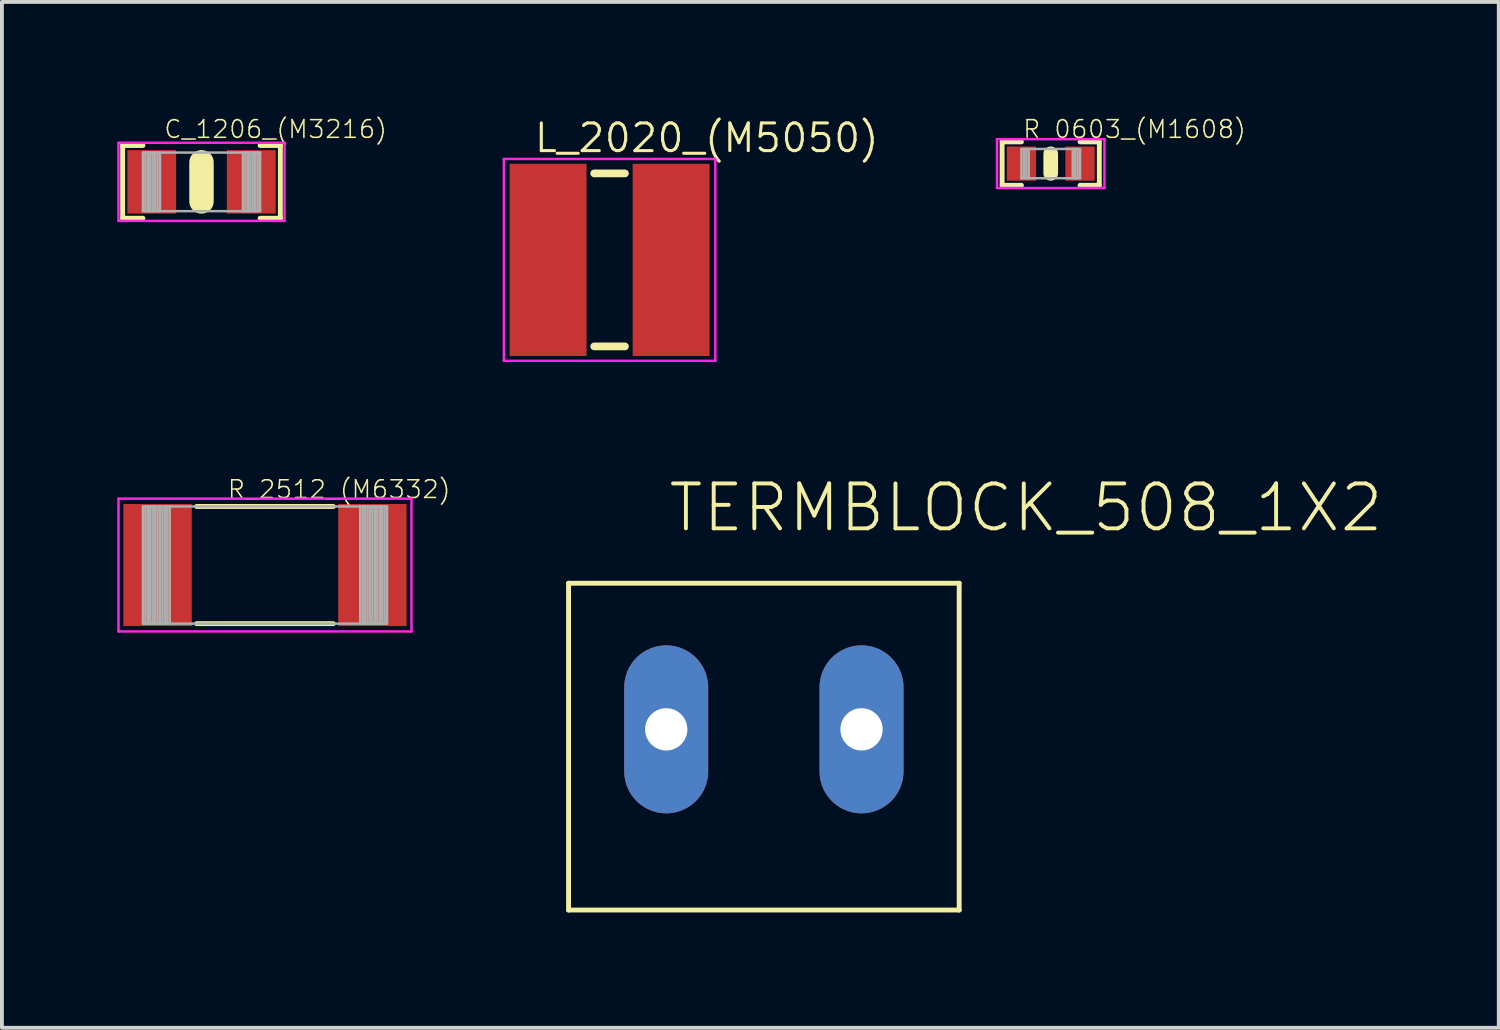
<source format=kicad_pcb>
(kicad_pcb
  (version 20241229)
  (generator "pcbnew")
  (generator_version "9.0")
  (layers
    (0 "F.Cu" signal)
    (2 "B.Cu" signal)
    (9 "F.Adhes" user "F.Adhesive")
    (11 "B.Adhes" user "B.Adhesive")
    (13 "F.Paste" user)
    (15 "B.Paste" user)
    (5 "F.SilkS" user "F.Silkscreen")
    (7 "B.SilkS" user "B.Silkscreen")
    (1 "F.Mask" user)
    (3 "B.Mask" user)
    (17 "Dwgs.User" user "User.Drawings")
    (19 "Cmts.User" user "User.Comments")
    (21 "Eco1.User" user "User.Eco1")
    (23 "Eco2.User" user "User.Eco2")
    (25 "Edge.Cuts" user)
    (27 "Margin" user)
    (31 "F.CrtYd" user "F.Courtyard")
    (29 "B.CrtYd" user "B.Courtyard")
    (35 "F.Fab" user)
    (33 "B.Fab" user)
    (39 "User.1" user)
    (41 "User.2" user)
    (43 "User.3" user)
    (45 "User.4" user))
  (footprint "R_2512_(M6332)"
    (layer "F.Cu")
    (at 3.842 11.647)
    (property "Reference" "R_2512_(M6332)" (at -1 -1.7 0) (layer "F.SilkS") (effects (font (size 0.46 0.46) (thickness 0.04)) (justify left bottom)))
    (fp_line (start -1.778 -1.524) (end 1.778 -1.524) (stroke (width 0.127) (type solid)) (layer "F.SilkS"))
    (fp_line (start 1.778 1.524) (end -1.778 1.524) (stroke (width 0.127) (type solid)) (layer "F.SilkS"))
    (fp_line (start -3.81 -1.727) (end -3.81 1.727) (stroke (width 0.064) (type solid)) (layer "F.CrtYd"))
    (fp_line (start -3.81 1.727) (end 3.81 1.727) (stroke (width 0.064) (type solid)) (layer "F.CrtYd"))
    (fp_line (start 3.81 -1.727) (end -3.81 -1.727) (stroke (width 0.064) (type solid)) (layer "F.CrtYd"))
    (fp_line (start 3.81 1.727) (end 3.81 -1.727) (stroke (width 0.064) (type solid)) (layer "F.CrtYd"))
    (fp_line (start -3.175 -1.524) (end -2.54 -1.524) (stroke (width 0.064) (type solid)) (layer "F.Fab"))
    (fp_line (start -3.175 1.524) (end -3.175 -1.524) (stroke (width 0.064) (type solid)) (layer "F.Fab"))
    (fp_line (start -3.111 -1.524) (end -3.111 1.524) (stroke (width 0.064) (type solid)) (layer "F.Fab"))
    (fp_line (start -3.048 -1.524) (end -3.048 1.524) (stroke (width 0.064) (type solid)) (layer "F.Fab"))
    (fp_line (start -2.985 -1.524) (end -2.985 1.524) (stroke (width 0.064) (type solid)) (layer "F.Fab"))
    (fp_line (start -2.921 1.524) (end -2.921 -1.524) (stroke (width 0.064) (type solid)) (layer "F.Fab"))
    (fp_line (start -2.857 -1.524) (end -2.857 1.524) (stroke (width 0.064) (type solid)) (layer "F.Fab"))
    (fp_line (start -2.794 1.524) (end -2.794 -1.524) (stroke (width 0.064) (type solid)) (layer "F.Fab"))
    (fp_line (start -2.731 -1.524) (end -2.731 1.524) (stroke (width 0.064) (type solid)) (layer "F.Fab"))
    (fp_line (start -2.667 -1.524) (end -2.667 1.524) (stroke (width 0.064) (type solid)) (layer "F.Fab"))
    (fp_line (start -2.603 -1.524) (end -2.603 1.524) (stroke (width 0.064) (type solid)) (layer "F.Fab"))
    (fp_line (start -2.54 -1.524) (end -2.54 1.524) (stroke (width 0.064) (type solid)) (layer "F.Fab"))
    (fp_line (start -2.54 -1.524) (end -2.477 -1.524) (stroke (width 0.064) (type solid)) (layer "F.Fab"))
    (fp_line (start -2.54 1.524) (end -3.175 1.524) (stroke (width 0.064) (type solid)) (layer "F.Fab"))
    (fp_line (start -2.477 -1.524) (end -2.477 1.524) (stroke (width 0.064) (type solid)) (layer "F.Fab"))
    (fp_line (start -2.477 -1.524) (end 2.477 -1.524) (stroke (width 0.064) (type solid)) (layer "F.Fab"))
    (fp_line (start -2.477 1.524) (end -2.54 1.524) (stroke (width 0.064) (type solid)) (layer "F.Fab"))
    (fp_line (start 2.477 -1.524) (end 2.54 -1.524) (stroke (width 0.064) (type solid)) (layer "F.Fab"))
    (fp_line (start 2.477 1.524) (end -2.477 1.524) (stroke (width 0.064) (type solid)) (layer "F.Fab"))
    (fp_line (start 2.477 1.524) (end 2.477 -1.524) (stroke (width 0.064) (type solid)) (layer "F.Fab"))
    (fp_line (start 2.54 -1.524) (end 3.175 -1.524) (stroke (width 0.064) (type solid)) (layer "F.Fab"))
    (fp_line (start 2.54 1.524) (end 2.477 1.524) (stroke (width 0.064) (type solid)) (layer "F.Fab"))
    (fp_line (start 2.54 1.524) (end 2.54 -1.524) (stroke (width 0.064) (type solid)) (layer "F.Fab"))
    (fp_line (start 2.603 1.524) (end 2.603 -1.524) (stroke (width 0.064) (type solid)) (layer "F.Fab"))
    (fp_line (start 2.667 1.524) (end 2.667 -1.524) (stroke (width 0.064) (type solid)) (layer "F.Fab"))
    (fp_line (start 2.731 1.524) (end 2.731 -1.524) (stroke (width 0.064) (type solid)) (layer "F.Fab"))
    (fp_line (start 2.794 -1.524) (end 2.794 1.524) (stroke (width 0.064) (type solid)) (layer "F.Fab"))
    (fp_line (start 2.857 1.524) (end 2.857 -1.524) (stroke (width 0.064) (type solid)) (layer "F.Fab"))
    (fp_line (start 2.921 -1.524) (end 2.921 1.524) (stroke (width 0.064) (type solid)) (layer "F.Fab"))
    (fp_line (start 2.985 1.524) (end 2.985 -1.524) (stroke (width 0.064) (type solid)) (layer "F.Fab"))
    (fp_line (start 3.048 1.524) (end 3.048 -1.524) (stroke (width 0.064) (type solid)) (layer "F.Fab"))
    (fp_line (start 3.111 1.524) (end 3.111 -1.524) (stroke (width 0.064) (type solid)) (layer "F.Fab"))
    (fp_line (start 3.175 -1.524) (end 3.175 1.524) (stroke (width 0.064) (type solid)) (layer "F.Fab"))
    (fp_line (start 3.175 1.524) (end 2.54 1.524) (stroke (width 0.064) (type solid)) (layer "F.Fab"))
    (pad "P$1" smd rect (at -2.794 0) (size 1.778 3.175) (layers "F.Cu" "F.Mask" "F.Paste"))
    (pad "P$2" smd rect (at 2.794 0) (size 1.778 3.175) (layers "F.Cu" "F.Mask" "F.Paste")))
  (footprint "L_2020_(M5050)"
    (layer "F.Cu")
    (at 12.805 3.71)
    (property "Reference" "L_2020_(M5050)" (at -2 -2.75 0) (layer "F.SilkS") (effects (font (size 0.72 0.72) (thickness 0.08)) (justify left bottom)))
    (fp_line (start -0.4 -2.25) (end 0.4 -2.25) (stroke (width 0.2) (type solid)) (layer "F.SilkS"))
    (fp_line (start -0.4 2.25) (end 0.4 2.25) (stroke (width 0.2) (type solid)) (layer "F.SilkS"))
    (fp_line (start -2.75 -2.625) (end -2.75 2.625) (stroke (width 0.064) (type solid)) (layer "F.CrtYd"))
    (fp_line (start -2.75 2.625) (end 2.75 2.625) (stroke (width 0.064) (type solid)) (layer "F.CrtYd"))
    (fp_line (start 2.75 -2.625) (end -2.75 -2.625) (stroke (width 0.064) (type solid)) (layer "F.CrtYd"))
    (fp_line (start 2.75 2.625) (end 2.75 -2.625) (stroke (width 0.064) (type solid)) (layer "F.CrtYd"))
    (pad "P$1" smd rect (at -1.6 0 90) (size 5 2) (layers "F.Cu" "F.Mask" "F.Paste"))
    (pad "P$2" smd rect (at 1.6 0 90) (size 5 2) (layers "F.Cu" "F.Mask" "F.Paste")))
  (footprint "C_1206_(M3216)"
    (layer "F.Cu")
    (at 2.191 1.68)
    (property "Reference" "C_1206_(M3216)" (at -1 -1.1 0) (layer "F.SilkS") (effects (font (size 0.46 0.46) (thickness 0.04)) (justify left bottom)))
    (fp_line (start -2.051 -0.946) (end -2.051 0.946) (stroke (width 0.127) (type solid)) (layer "F.SilkS"))
    (fp_line (start -2.051 0.946) (end -1.524 0.946) (stroke (width 0.127) (type solid)) (layer "F.SilkS"))
    (fp_line (start -1.524 -0.946) (end -2.051 -0.946) (stroke (width 0.127) (type solid)) (layer "F.SilkS"))
    (fp_line (start 0 -0.508) (end 0 0.508) (stroke (width 0.635) (type solid)) (layer "F.SilkS"))
    (fp_line (start 1.524 -0.946) (end 2.051 -0.946) (stroke (width 0.127) (type solid)) (layer "F.SilkS"))
    (fp_line (start 2.051 -0.946) (end 2.051 0.946) (stroke (width 0.127) (type solid)) (layer "F.SilkS"))
    (fp_line (start 2.051 0.946) (end 1.524 0.946) (stroke (width 0.127) (type solid)) (layer "F.SilkS"))
    (fp_line (start -2.159 -1.016) (end -2.159 1.016) (stroke (width 0.064) (type solid)) (layer "F.CrtYd"))
    (fp_line (start -2.159 1.016) (end 2.159 1.016) (stroke (width 0.064) (type solid)) (layer "F.CrtYd"))
    (fp_line (start 2.159 -1.016) (end -2.159 -1.016) (stroke (width 0.064) (type solid)) (layer "F.CrtYd"))
    (fp_line (start 2.159 1.016) (end 2.159 -1.016) (stroke (width 0.064) (type solid)) (layer "F.CrtYd"))
    (fp_line (start -1.524 -0.762) (end -1.46 -0.762) (stroke (width 0.064) (type solid)) (layer "F.Fab"))
    (fp_line (start -1.524 0.762) (end -1.524 -0.762) (stroke (width 0.064) (type solid)) (layer "F.Fab"))
    (fp_line (start -1.46 -0.762) (end -1.46 0.762) (stroke (width 0.064) (type solid)) (layer "F.Fab"))
    (fp_line (start -1.46 -0.762) (end -1.397 -0.762) (stroke (width 0.064) (type solid)) (layer "F.Fab"))
    (fp_line (start -1.46 0.762) (end -1.524 0.762) (stroke (width 0.064) (type solid)) (layer "F.Fab"))
    (fp_line (start -1.397 -0.762) (end -1.333 -0.762) (stroke (width 0.064) (type solid)) (layer "F.Fab"))
    (fp_line (start -1.397 0.762) (end -1.46 0.762) (stroke (width 0.064) (type solid)) (layer "F.Fab"))
    (fp_line (start -1.397 0.762) (end -1.397 -0.762) (stroke (width 0.064) (type solid)) (layer "F.Fab"))
    (fp_line (start -1.333 -0.762) (end -1.333 0.762) (stroke (width 0.064) (type solid)) (layer "F.Fab"))
    (fp_line (start -1.333 -0.762) (end -1.27 -0.762) (stroke (width 0.064) (type solid)) (layer "F.Fab"))
    (fp_line (start -1.333 0.762) (end -1.397 0.762) (stroke (width 0.064) (type solid)) (layer "F.Fab"))
    (fp_line (start -1.27 -0.762) (end -1.206 -0.762) (stroke (width 0.064) (type solid)) (layer "F.Fab"))
    (fp_line (start -1.27 0.762) (end -1.333 0.762) (stroke (width 0.064) (type solid)) (layer "F.Fab"))
    (fp_line (start -1.27 0.762) (end -1.27 -0.762) (stroke (width 0.064) (type solid)) (layer "F.Fab"))
    (fp_line (start -1.206 -0.762) (end -1.206 0.762) (stroke (width 0.064) (type solid)) (layer "F.Fab"))
    (fp_line (start -1.206 -0.762) (end -1.143 -0.762) (stroke (width 0.064) (type solid)) (layer "F.Fab"))
    (fp_line (start -1.206 0.762) (end -1.27 0.762) (stroke (width 0.064) (type solid)) (layer "F.Fab"))
    (fp_line (start -1.143 -0.762) (end -1.143 0.762) (stroke (width 0.064) (type solid)) (layer "F.Fab"))
    (fp_line (start -1.143 -0.762) (end -1.079 -0.762) (stroke (width 0.064) (type solid)) (layer "F.Fab"))
    (fp_line (start -1.143 0.762) (end -1.206 0.762) (stroke (width 0.064) (type solid)) (layer "F.Fab"))
    (fp_line (start -1.079 -0.762) (end -1.079 0.762) (stroke (width 0.064) (type solid)) (layer "F.Fab"))
    (fp_line (start -1.079 -0.762) (end 1.079 -0.762) (stroke (width 0.064) (type solid)) (layer "F.Fab"))
    (fp_line (start -1.079 0.762) (end -1.143 0.762) (stroke (width 0.064) (type solid)) (layer "F.Fab"))
    (fp_line (start 1.079 -0.762) (end 1.143 -0.762) (stroke (width 0.064) (type solid)) (layer "F.Fab"))
    (fp_line (start 1.079 0.762) (end -1.079 0.762) (stroke (width 0.064) (type solid)) (layer "F.Fab"))
    (fp_line (start 1.079 0.762) (end 1.079 -0.762) (stroke (width 0.064) (type solid)) (layer "F.Fab"))
    (fp_line (start 1.143 -0.762) (end 1.206 -0.762) (stroke (width 0.064) (type solid)) (layer "F.Fab"))
    (fp_line (start 1.143 0.762) (end 1.079 0.762) (stroke (width 0.064) (type solid)) (layer "F.Fab"))
    (fp_line (start 1.143 0.762) (end 1.143 -0.762) (stroke (width 0.064) (type solid)) (layer "F.Fab"))
    (fp_line (start 1.206 -0.762) (end 1.27 -0.762) (stroke (width 0.064) (type solid)) (layer "F.Fab"))
    (fp_line (start 1.206 0.762) (end 1.143 0.762) (stroke (width 0.064) (type solid)) (layer "F.Fab"))
    (fp_line (start 1.206 0.762) (end 1.206 -0.762) (stroke (width 0.064) (type solid)) (layer "F.Fab"))
    (fp_line (start 1.27 -0.762) (end 1.333 -0.762) (stroke (width 0.064) (type solid)) (layer "F.Fab"))
    (fp_line (start 1.27 0.762) (end 1.206 0.762) (stroke (width 0.064) (type solid)) (layer "F.Fab"))
    (fp_line (start 1.27 0.762) (end 1.27 -0.762) (stroke (width 0.064) (type solid)) (layer "F.Fab"))
    (fp_line (start 1.333 -0.762) (end 1.333 0.762) (stroke (width 0.064) (type solid)) (layer "F.Fab"))
    (fp_line (start 1.333 -0.762) (end 1.397 -0.762) (stroke (width 0.064) (type solid)) (layer "F.Fab"))
    (fp_line (start 1.333 0.762) (end 1.27 0.762) (stroke (width 0.064) (type solid)) (layer "F.Fab"))
    (fp_line (start 1.397 -0.762) (end 1.46 -0.762) (stroke (width 0.064) (type solid)) (layer "F.Fab"))
    (fp_line (start 1.397 0.762) (end 1.333 0.762) (stroke (width 0.064) (type solid)) (layer "F.Fab"))
    (fp_line (start 1.397 0.762) (end 1.397 -0.762) (stroke (width 0.064) (type solid)) (layer "F.Fab"))
    (fp_line (start 1.46 -0.762) (end 1.46 0.762) (stroke (width 0.064) (type solid)) (layer "F.Fab"))
    (fp_line (start 1.46 -0.762) (end 1.524 -0.762) (stroke (width 0.064) (type solid)) (layer "F.Fab"))
    (fp_line (start 1.46 0.762) (end 1.397 0.762) (stroke (width 0.064) (type solid)) (layer "F.Fab"))
    (fp_line (start 1.524 -0.762) (end 1.524 0.762) (stroke (width 0.064) (type solid)) (layer "F.Fab"))
    (fp_line (start 1.524 0.762) (end 1.46 0.762) (stroke (width 0.064) (type solid)) (layer "F.Fab"))
    (pad "P$1" smd rect (at -1.295 0) (size 1.27 1.651) (layers "F.Cu" "F.Mask" "F.Paste"))
    (pad "P$2" smd rect (at 1.295 0) (size 1.27 1.651) (layers "F.Cu" "F.Mask" "F.Paste")))
  (footprint "R_0603_(M1608)"
    (layer "F.Cu")
    (at 24.279 1.205)
    (property "Reference" "R_0603_(M1608)" (at -0.75 -0.625 0) (layer "F.SilkS") (effects (font (size 0.46 0.46) (thickness 0.04)) (justify left bottom)))
    (fp_line (start -1.264 -0.565) (end -1.264 0.565) (stroke (width 0.127) (type solid)) (layer "F.SilkS"))
    (fp_line (start -1.264 0.565) (end -0.762 0.565) (stroke (width 0.127) (type solid)) (layer "F.SilkS"))
    (fp_line (start -0.762 -0.565) (end -1.264 -0.565) (stroke (width 0.127) (type solid)) (layer "F.SilkS"))
    (fp_line (start 0 -0.254) (end 0 0.254) (stroke (width 0.381) (type solid)) (layer "F.SilkS"))
    (fp_line (start 0.762 0.565) (end 1.264 0.565) (stroke (width 0.127) (type solid)) (layer "F.SilkS"))
    (fp_line (start 1.264 -0.565) (end 0.762 -0.565) (stroke (width 0.127) (type solid)) (layer "F.SilkS"))
    (fp_line (start 1.264 0.565) (end 1.264 -0.565) (stroke (width 0.127) (type solid)) (layer "F.SilkS"))
    (fp_line (start -1.397 -0.635) (end -1.397 0.635) (stroke (width 0.064) (type solid)) (layer "F.CrtYd"))
    (fp_line (start -1.397 0.635) (end 1.397 0.635) (stroke (width 0.064) (type solid)) (layer "F.CrtYd"))
    (fp_line (start 1.397 -0.635) (end -1.397 -0.635) (stroke (width 0.064) (type solid)) (layer "F.CrtYd"))
    (fp_line (start 1.397 0.635) (end 1.397 -0.635) (stroke (width 0.064) (type solid)) (layer "F.CrtYd"))
    (fp_line (start -0.762 -0.381) (end 0.762 -0.381) (stroke (width 0.064) (type solid)) (layer "F.Fab"))
    (fp_line (start -0.762 0.381) (end -0.762 -0.381) (stroke (width 0.064) (type solid)) (layer "F.Fab"))
    (fp_line (start -0.699 -0.381) (end -0.699 0.381) (stroke (width 0.064) (type solid)) (layer "F.Fab"))
    (fp_line (start -0.635 -0.381) (end -0.635 0.381) (stroke (width 0.064) (type solid)) (layer "F.Fab"))
    (fp_line (start -0.572 -0.381) (end -0.572 0.381) (stroke (width 0.064) (type solid)) (layer "F.Fab"))
    (fp_line (start 0.572 -0.381) (end 0.572 0.381) (stroke (width 0.064) (type solid)) (layer "F.Fab"))
    (fp_line (start 0.635 -0.381) (end 0.635 0.381) (stroke (width 0.064) (type solid)) (layer "F.Fab"))
    (fp_line (start 0.699 -0.381) (end 0.699 0.381) (stroke (width 0.064) (type solid)) (layer "F.Fab"))
    (fp_line (start 0.762 -0.381) (end 0.762 0.381) (stroke (width 0.064) (type solid)) (layer "F.Fab"))
    (fp_line (start 0.762 0.381) (end -0.762 0.381) (stroke (width 0.064) (type solid)) (layer "F.Fab"))
    (pad "P$1" smd rect (at -0.762 0) (size 0.762 0.889) (layers "F.Cu" "F.Mask" "F.Paste"))
    (pad "P$2" smd rect (at 0.762 0) (size 0.762 0.889) (layers "F.Cu" "F.Mask" "F.Paste")))
  (footprint "TERMBLOCK_508_1X2"
    (layer "F.Cu")
    (at 16.818 15.92)
    (property "Reference" "TERMBLOCK_508_1X2" (at -2.54 -5.08 0) (layer "F.SilkS") (effects (font (size 1.168 1.168) (thickness 0.102)) (justify left bottom)))
    (fp_line (start -5.08 -3.8) (end 5.08 -3.8) (stroke (width 0.127) (type solid)) (layer "F.SilkS"))
    (fp_line (start -5.08 4.7) (end -5.08 -3.8) (stroke (width 0.127) (type solid)) (layer "F.SilkS"))
    (fp_line (start 5.08 -3.8) (end 5.08 4.7) (stroke (width 0.127) (type solid)) (layer "F.SilkS"))
    (fp_line (start 5.08 4.7) (end -5.08 4.7) (stroke (width 0.127) (type solid)) (layer "F.SilkS"))
    (pad "P$3" thru_hole oval (at -2.54 0 90) (size 4.369 2.184) (drill 1.1) (layers "*.Cu" "*.Mask"))
    (pad "P$4" thru_hole oval (at 2.54 0 90) (size 4.369 2.184) (drill 1.1) (layers "*.Cu" "*.Mask")))
  (gr_rect
    (start -3 -3)
    (end 35.932 23.683)
    (stroke (width 0.1) (type default))
    (fill no)
    (layer "Edge.Cuts")))
</source>
